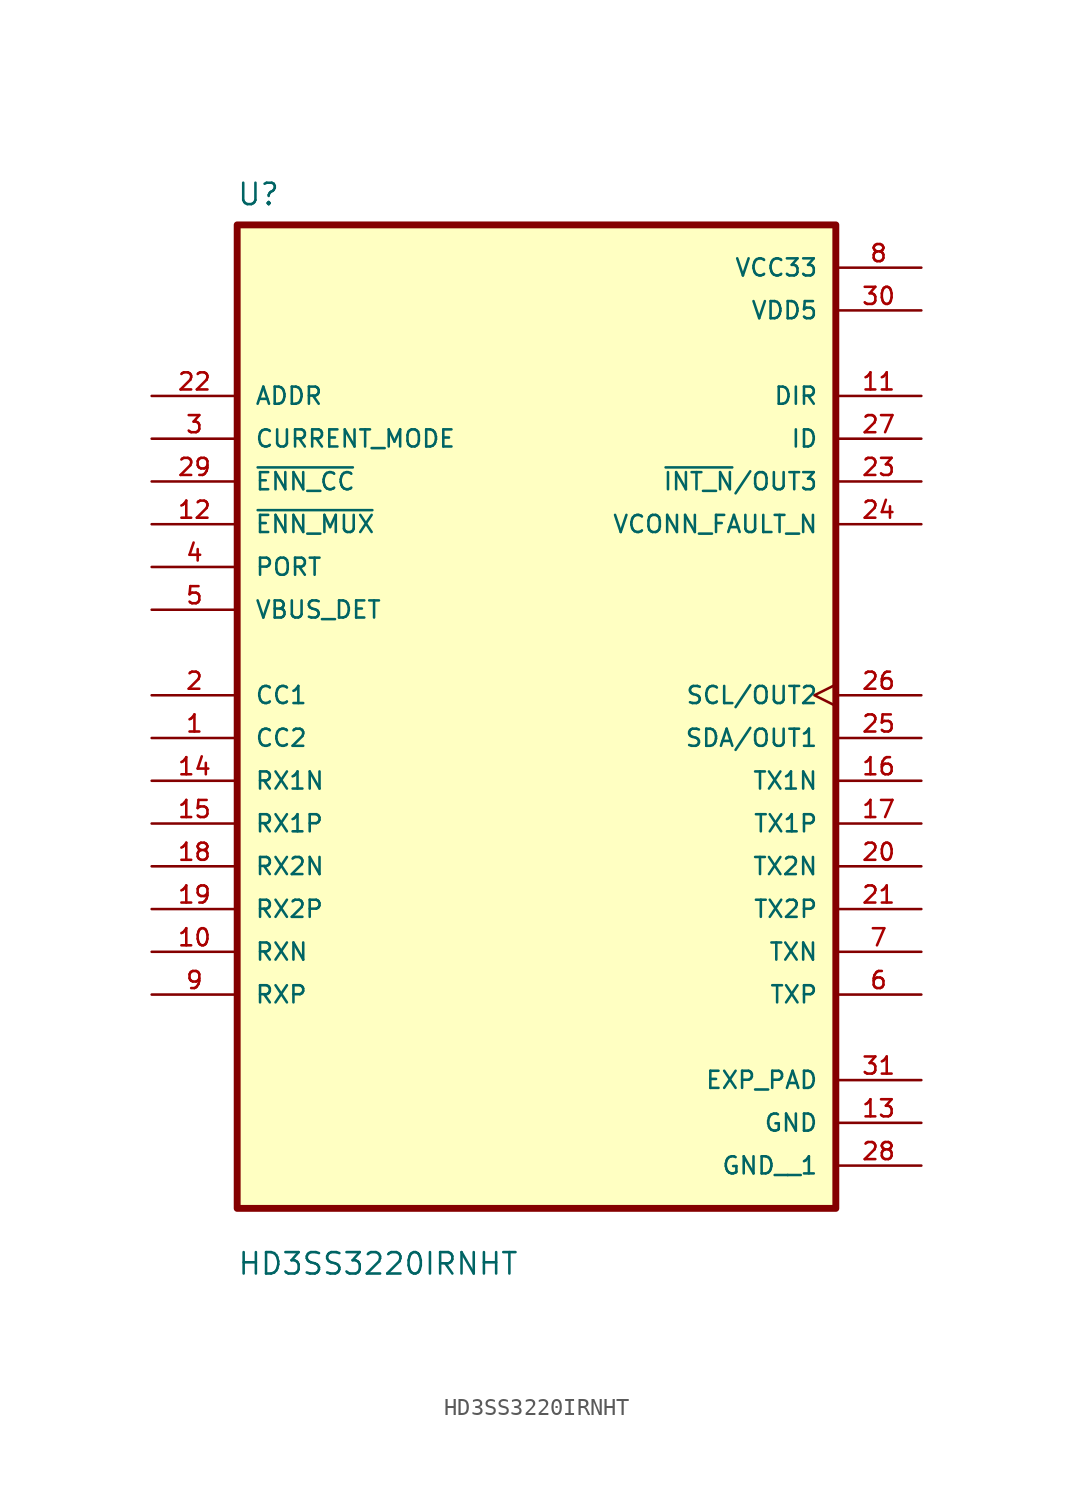
<source format=kicad_sym>
(kicad_symbol_lib
  (version 20211014)
  (generator kicad_symbol_editor)
  (symbol "HD3SS3220IRNHT"
    (pin_names
      (offset 1.016))
    (property "Reference" "U"
      (at -17.824 29.012 0.0)
      (effects (font (size 1.27 1.27)) (justify bottom left)))
    (property "Value" "HD3SS3220IRNHT"
      (at -17.798 -34.512 0.0)
      (effects (font (size 1.27 1.27)) (justify bottom left)))
    (symbol "HD3SS3220IRNHT_0_0"
      (rectangle (start -17.78 -30.48) (end 17.78 27.94) (stroke (width 0.41)) (fill (type background)))
      (pin input line (at -22.86 17.78 0) (length 5.08) (name "ADDR" (effects (font (size 1.016 1.016)))) (number "22" (effects (font (size 1.016 1.016)))))
      (pin input line (at -22.86 15.24 0) (length 5.08) (name "CURRENT_MODE" (effects (font (size 1.016 1.016)))) (number "3" (effects (font (size 1.016 1.016)))))
      (pin input line (at -22.86 12.7 0) (length 5.08) (name "~{ENN_CC}" (effects (font (size 1.016 1.016)))) (number "29" (effects (font (size 1.016 1.016)))))
      (pin input line (at -22.86 10.16 0) (length 5.08) (name "~{ENN_MUX}" (effects (font (size 1.016 1.016)))) (number "12" (effects (font (size 1.016 1.016)))))
      (pin input line (at -22.86 7.62 0) (length 5.08) (name "PORT" (effects (font (size 1.016 1.016)))) (number "4" (effects (font (size 1.016 1.016)))))
      (pin input line (at -22.86 5.08 0) (length 5.08) (name "VBUS_DET" (effects (font (size 1.016 1.016)))) (number "5" (effects (font (size 1.016 1.016)))))
      (pin bidirectional line (at -22.86 0.0 0) (length 5.08) (name "CC1" (effects (font (size 1.016 1.016)))) (number "2" (effects (font (size 1.016 1.016)))))
      (pin bidirectional line (at -22.86 -2.54 0) (length 5.08) (name "CC2" (effects (font (size 1.016 1.016)))) (number "1" (effects (font (size 1.016 1.016)))))
      (pin bidirectional line (at -22.86 -5.08 0) (length 5.08) (name "RX1N" (effects (font (size 1.016 1.016)))) (number "14" (effects (font (size 1.016 1.016)))))
      (pin bidirectional line (at -22.86 -7.62 0) (length 5.08) (name "RX1P" (effects (font (size 1.016 1.016)))) (number "15" (effects (font (size 1.016 1.016)))))
      (pin bidirectional line (at -22.86 -10.16 0) (length 5.08) (name "RX2N" (effects (font (size 1.016 1.016)))) (number "18" (effects (font (size 1.016 1.016)))))
      (pin bidirectional line (at -22.86 -12.7 0) (length 5.08) (name "RX2P" (effects (font (size 1.016 1.016)))) (number "19" (effects (font (size 1.016 1.016)))))
      (pin bidirectional line (at -22.86 -15.24 0) (length 5.08) (name "RXN" (effects (font (size 1.016 1.016)))) (number "10" (effects (font (size 1.016 1.016)))))
      (pin bidirectional line (at -22.86 -17.78 0) (length 5.08) (name "RXP" (effects (font (size 1.016 1.016)))) (number "9" (effects (font (size 1.016 1.016)))))
      (pin power_in line (at 22.86 25.4 180.0) (length 5.08) (name "VCC33" (effects (font (size 1.016 1.016)))) (number "8" (effects (font (size 1.016 1.016)))))
      (pin power_in line (at 22.86 22.86 180.0) (length 5.08) (name "VDD5" (effects (font (size 1.016 1.016)))) (number "30" (effects (font (size 1.016 1.016)))))
      (pin output line (at 22.86 17.78 180.0) (length 5.08) (name "DIR" (effects (font (size 1.016 1.016)))) (number "11" (effects (font (size 1.016 1.016)))))
      (pin output line (at 22.86 15.24 180.0) (length 5.08) (name "ID" (effects (font (size 1.016 1.016)))) (number "27" (effects (font (size 1.016 1.016)))))
      (pin output line (at 22.86 12.7 180.0) (length 5.08) (name "~{INT_N}/OUT3" (effects (font (size 1.016 1.016)))) (number "23" (effects (font (size 1.016 1.016)))))
      (pin output line (at 22.86 10.16 180.0) (length 5.08) (name "VCONN_FAULT_N" (effects (font (size 1.016 1.016)))) (number "24" (effects (font (size 1.016 1.016)))))
      (pin bidirectional clock (at 22.86 0.0 180.0) (length 5.08) (name "SCL/OUT2" (effects (font (size 1.016 1.016)))) (number "26" (effects (font (size 1.016 1.016)))))
      (pin bidirectional line (at 22.86 -2.54 180.0) (length 5.08) (name "SDA/OUT1" (effects (font (size 1.016 1.016)))) (number "25" (effects (font (size 1.016 1.016)))))
      (pin bidirectional line (at 22.86 -5.08 180.0) (length 5.08) (name "TX1N" (effects (font (size 1.016 1.016)))) (number "16" (effects (font (size 1.016 1.016)))))
      (pin bidirectional line (at 22.86 -7.62 180.0) (length 5.08) (name "TX1P" (effects (font (size 1.016 1.016)))) (number "17" (effects (font (size 1.016 1.016)))))
      (pin bidirectional line (at 22.86 -10.16 180.0) (length 5.08) (name "TX2N" (effects (font (size 1.016 1.016)))) (number "20" (effects (font (size 1.016 1.016)))))
      (pin bidirectional line (at 22.86 -12.7 180.0) (length 5.08) (name "TX2P" (effects (font (size 1.016 1.016)))) (number "21" (effects (font (size 1.016 1.016)))))
      (pin bidirectional line (at 22.86 -15.24 180.0) (length 5.08) (name "TXN" (effects (font (size 1.016 1.016)))) (number "7" (effects (font (size 1.016 1.016)))))
      (pin bidirectional line (at 22.86 -17.78 180.0) (length 5.08) (name "TXP" (effects (font (size 1.016 1.016)))) (number "6" (effects (font (size 1.016 1.016)))))
      (pin power_in line (at 22.86 -25.4 180.0) (length 5.08) (name "GND" (effects (font (size 1.016 1.016)))) (number "13" (effects (font (size 1.016 1.016)))))
      (pin power_in line (at 22.86 -22.86 180.0) (length 5.08) (name "EXP_PAD" (effects (font (size 1.016 1.016)))) (number "31" (effects (font (size 1.016 1.016)))))
      (pin power_in line (at 22.86 -27.94 180.0) (length 5.08) (name "GND__1" (effects (font (size 1.016 1.016)))) (number "28" (effects (font (size 1.016 1.016))))))))
</source>
